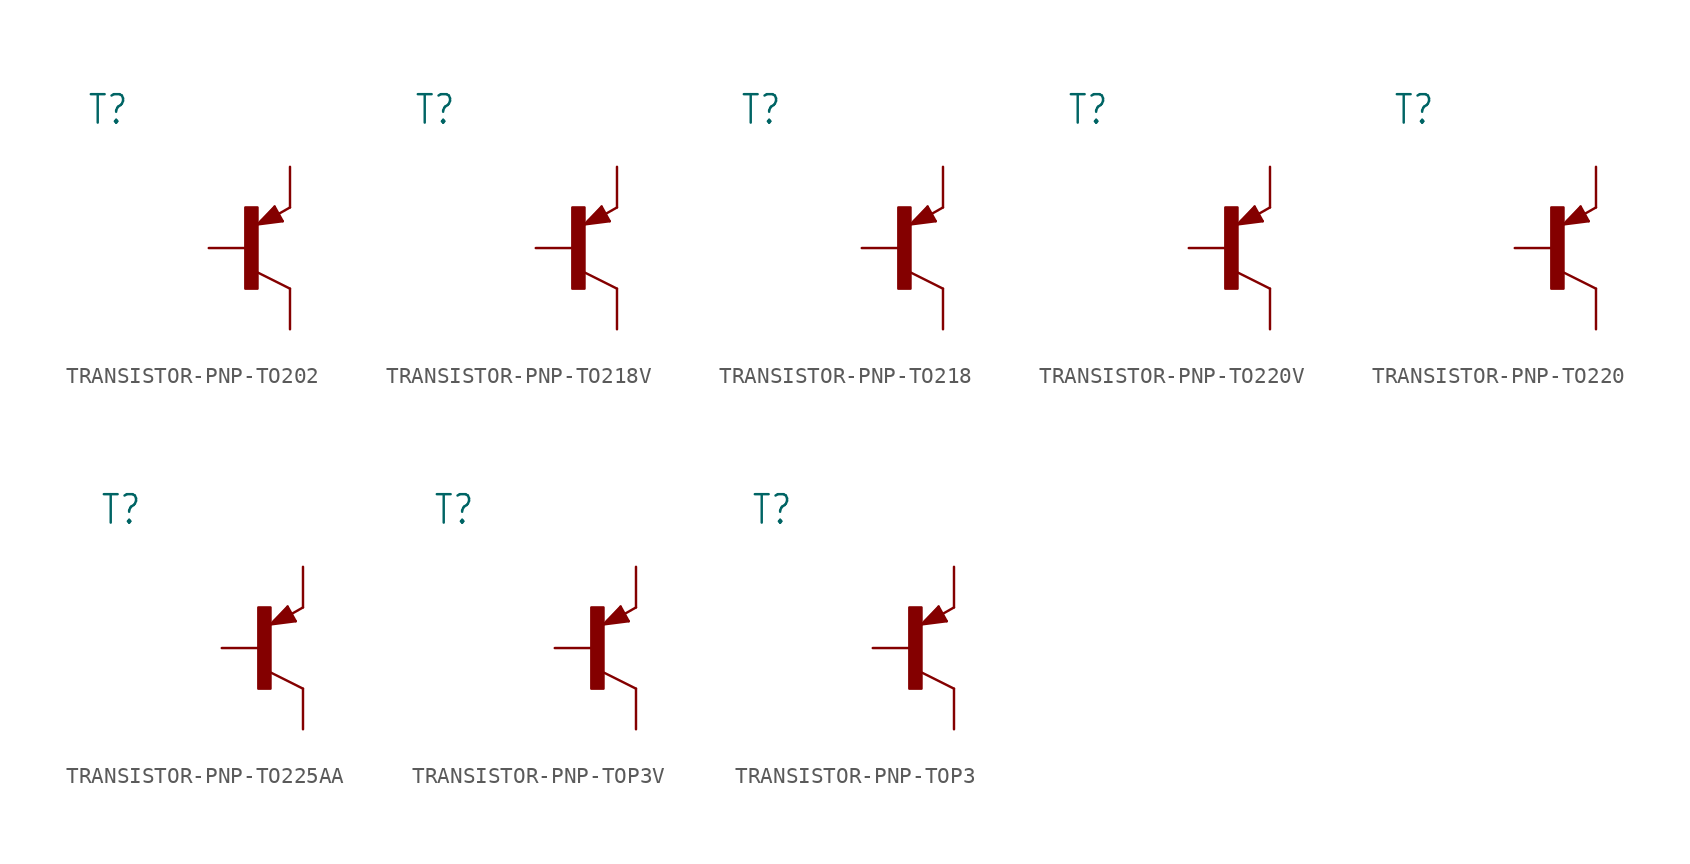
<source format=kicad_sym>
(kicad_symbol_lib
  (version 20231120)
  (generator "kicad_symbol_editor")
  (generator_version "8.0")
  (symbol "TRANSISTOR-PNP-TO202"
    (property "Reference" "T"
      (at -10.16 7.62 0)
      (effects (font (size 1.778 1.511)) (justify left bottom)))
    (property "Value" ""
      (at -10.16 5.08 0)
      (effects (font (size 1.778 1.511)) (justify left bottom)))
    (property "ki_locked" ""
      (at 0 0 0)
      (effects (font (size 1.27 1.27))))
    (symbol "TRANSISTOR-PNP-TO202_1_0"
      (rectangle (start -0.254 -2.54) (end 0.508 2.54) (stroke (width 0) (type default)) (fill (type outline)))
      (polyline (pts (xy 0.516 1.478) (xy 2.086 1.678)) (stroke (width 0.152) (type solid)) (fill (type none)))
      (polyline (pts (xy 0.762 1.651) (xy 1.778 1.778)) (stroke (width 0.254) (type solid)) (fill (type none)))
      (polyline (pts (xy 1.143 1.905) (xy 1.524 1.905)) (stroke (width 0.254) (type solid)) (fill (type none)))
      (polyline (pts (xy 1.524 2.159) (xy 1.143 1.905)) (stroke (width 0.254) (type solid)) (fill (type none)))
      (polyline (pts (xy 1.524 2.413) (xy 0.762 1.651)) (stroke (width 0.254) (type solid)) (fill (type none)))
      (polyline (pts (xy 1.578 2.594) (xy 0.516 1.478)) (stroke (width 0.152) (type solid)) (fill (type none)))
      (polyline (pts (xy 1.778 1.778) (xy 1.524 2.159)) (stroke (width 0.254) (type solid)) (fill (type none)))
      (polyline (pts (xy 1.905 1.778) (xy 1.524 2.413)) (stroke (width 0.254) (type solid)) (fill (type none)))
      (polyline (pts (xy 2.086 1.678) (xy 1.578 2.594)) (stroke (width 0.152) (type solid)) (fill (type none)))
      (polyline (pts (xy 2.54 -2.54) (xy 0.508 -1.524)) (stroke (width 0.152) (type solid)) (fill (type none)))
      (polyline (pts (xy 2.54 2.54) (xy 1.808 2.124)) (stroke (width 0.152) (type solid)) (fill (type none)))
      (pin passive line (at 2.54 5.08 270) (length 2.54) (name "E" (effects (font (size 0 0)))) (number "1" (effects (font (size 0 0)))))
      (pin passive line (at 2.54 -5.08 90) (length 2.54) (name "C" (effects (font (size 0 0)))) (number "2" (effects (font (size 0 0)))))
      (pin passive line (at -2.54 0 0) (length 2.54) (name "B" (effects (font (size 0 0)))) (number "3" (effects (font (size 0 0)))))))
  (symbol "TRANSISTOR-PNP-TO218V"
    (property "Reference" "T"
      (at -10.16 7.62 0)
      (effects (font (size 1.778 1.511)) (justify left bottom)))
    (property "Value" ""
      (at -10.16 5.08 0)
      (effects (font (size 1.778 1.511)) (justify left bottom)))
    (property "ki_locked" ""
      (at 0 0 0)
      (effects (font (size 1.27 1.27))))
    (symbol "TRANSISTOR-PNP-TO218V_1_0"
      (rectangle (start -0.254 -2.54) (end 0.508 2.54) (stroke (width 0) (type default)) (fill (type outline)))
      (polyline (pts (xy 0.516 1.478) (xy 2.086 1.678)) (stroke (width 0.152) (type solid)) (fill (type none)))
      (polyline (pts (xy 0.762 1.651) (xy 1.778 1.778)) (stroke (width 0.254) (type solid)) (fill (type none)))
      (polyline (pts (xy 1.143 1.905) (xy 1.524 1.905)) (stroke (width 0.254) (type solid)) (fill (type none)))
      (polyline (pts (xy 1.524 2.159) (xy 1.143 1.905)) (stroke (width 0.254) (type solid)) (fill (type none)))
      (polyline (pts (xy 1.524 2.413) (xy 0.762 1.651)) (stroke (width 0.254) (type solid)) (fill (type none)))
      (polyline (pts (xy 1.578 2.594) (xy 0.516 1.478)) (stroke (width 0.152) (type solid)) (fill (type none)))
      (polyline (pts (xy 1.778 1.778) (xy 1.524 2.159)) (stroke (width 0.254) (type solid)) (fill (type none)))
      (polyline (pts (xy 1.905 1.778) (xy 1.524 2.413)) (stroke (width 0.254) (type solid)) (fill (type none)))
      (polyline (pts (xy 2.086 1.678) (xy 1.578 2.594)) (stroke (width 0.152) (type solid)) (fill (type none)))
      (polyline (pts (xy 2.54 -2.54) (xy 0.508 -1.524)) (stroke (width 0.152) (type solid)) (fill (type none)))
      (polyline (pts (xy 2.54 2.54) (xy 1.808 2.124)) (stroke (width 0.152) (type solid)) (fill (type none)))
      (pin passive line (at -2.54 0 0) (length 2.54) (name "B" (effects (font (size 0 0)))) (number "1" (effects (font (size 0 0)))))
      (pin passive line (at 2.54 -5.08 90) (length 2.54) (name "C" (effects (font (size 0 0)))) (number "2" (effects (font (size 0 0)))))
      (pin passive line (at 2.54 5.08 270) (length 2.54) (name "E" (effects (font (size 0 0)))) (number "3" (effects (font (size 0 0)))))))
  (symbol "TRANSISTOR-PNP-TO218"
    (property "Reference" "T"
      (at -10.16 7.62 0)
      (effects (font (size 1.778 1.511)) (justify left bottom)))
    (property "Value" ""
      (at -10.16 5.08 0)
      (effects (font (size 1.778 1.511)) (justify left bottom)))
    (property "ki_locked" ""
      (at 0 0 0)
      (effects (font (size 1.27 1.27))))
    (symbol "TRANSISTOR-PNP-TO218_1_0"
      (rectangle (start -0.254 -2.54) (end 0.508 2.54) (stroke (width 0) (type default)) (fill (type outline)))
      (polyline (pts (xy 0.516 1.478) (xy 2.086 1.678)) (stroke (width 0.152) (type solid)) (fill (type none)))
      (polyline (pts (xy 0.762 1.651) (xy 1.778 1.778)) (stroke (width 0.254) (type solid)) (fill (type none)))
      (polyline (pts (xy 1.143 1.905) (xy 1.524 1.905)) (stroke (width 0.254) (type solid)) (fill (type none)))
      (polyline (pts (xy 1.524 2.159) (xy 1.143 1.905)) (stroke (width 0.254) (type solid)) (fill (type none)))
      (polyline (pts (xy 1.524 2.413) (xy 0.762 1.651)) (stroke (width 0.254) (type solid)) (fill (type none)))
      (polyline (pts (xy 1.578 2.594) (xy 0.516 1.478)) (stroke (width 0.152) (type solid)) (fill (type none)))
      (polyline (pts (xy 1.778 1.778) (xy 1.524 2.159)) (stroke (width 0.254) (type solid)) (fill (type none)))
      (polyline (pts (xy 1.905 1.778) (xy 1.524 2.413)) (stroke (width 0.254) (type solid)) (fill (type none)))
      (polyline (pts (xy 2.086 1.678) (xy 1.578 2.594)) (stroke (width 0.152) (type solid)) (fill (type none)))
      (polyline (pts (xy 2.54 -2.54) (xy 0.508 -1.524)) (stroke (width 0.152) (type solid)) (fill (type none)))
      (polyline (pts (xy 2.54 2.54) (xy 1.808 2.124)) (stroke (width 0.152) (type solid)) (fill (type none)))
      (pin passive line (at -2.54 0 0) (length 2.54) (name "B" (effects (font (size 0 0)))) (number "1" (effects (font (size 0 0)))))
      (pin passive line (at 2.54 -5.08 90) (length 2.54) (name "C" (effects (font (size 0 0)))) (number "2" (effects (font (size 0 0)))))
      (pin passive line (at 2.54 5.08 270) (length 2.54) (name "E" (effects (font (size 0 0)))) (number "3" (effects (font (size 0 0)))))))
  (symbol "TRANSISTOR-PNP-TO220V"
    (property "Reference" "T"
      (at -10.16 7.62 0)
      (effects (font (size 1.778 1.511)) (justify left bottom)))
    (property "Value" ""
      (at -10.16 5.08 0)
      (effects (font (size 1.778 1.511)) (justify left bottom)))
    (property "ki_locked" ""
      (at 0 0 0)
      (effects (font (size 1.27 1.27))))
    (symbol "TRANSISTOR-PNP-TO220V_1_0"
      (rectangle (start -0.254 -2.54) (end 0.508 2.54) (stroke (width 0) (type default)) (fill (type outline)))
      (polyline (pts (xy 0.516 1.478) (xy 2.086 1.678)) (stroke (width 0.152) (type solid)) (fill (type none)))
      (polyline (pts (xy 0.762 1.651) (xy 1.778 1.778)) (stroke (width 0.254) (type solid)) (fill (type none)))
      (polyline (pts (xy 1.143 1.905) (xy 1.524 1.905)) (stroke (width 0.254) (type solid)) (fill (type none)))
      (polyline (pts (xy 1.524 2.159) (xy 1.143 1.905)) (stroke (width 0.254) (type solid)) (fill (type none)))
      (polyline (pts (xy 1.524 2.413) (xy 0.762 1.651)) (stroke (width 0.254) (type solid)) (fill (type none)))
      (polyline (pts (xy 1.578 2.594) (xy 0.516 1.478)) (stroke (width 0.152) (type solid)) (fill (type none)))
      (polyline (pts (xy 1.778 1.778) (xy 1.524 2.159)) (stroke (width 0.254) (type solid)) (fill (type none)))
      (polyline (pts (xy 1.905 1.778) (xy 1.524 2.413)) (stroke (width 0.254) (type solid)) (fill (type none)))
      (polyline (pts (xy 2.086 1.678) (xy 1.578 2.594)) (stroke (width 0.152) (type solid)) (fill (type none)))
      (polyline (pts (xy 2.54 -2.54) (xy 0.508 -1.524)) (stroke (width 0.152) (type solid)) (fill (type none)))
      (polyline (pts (xy 2.54 2.54) (xy 1.808 2.124)) (stroke (width 0.152) (type solid)) (fill (type none)))
      (pin passive line (at -2.54 0 0) (length 2.54) (name "B" (effects (font (size 0 0)))) (number "1" (effects (font (size 0 0)))))
      (pin passive line (at 2.54 -5.08 90) (length 2.54) (name "C" (effects (font (size 0 0)))) (number "2" (effects (font (size 0 0)))))
      (pin passive line (at 2.54 5.08 270) (length 2.54) (name "E" (effects (font (size 0 0)))) (number "3" (effects (font (size 0 0)))))))
  (symbol "TRANSISTOR-PNP-TO220"
    (property "Reference" "T"
      (at -10.16 7.62 0)
      (effects (font (size 1.778 1.511)) (justify left bottom)))
    (property "Value" ""
      (at -10.16 5.08 0)
      (effects (font (size 1.778 1.511)) (justify left bottom)))
    (property "ki_locked" ""
      (at 0 0 0)
      (effects (font (size 1.27 1.27))))
    (symbol "TRANSISTOR-PNP-TO220_1_0"
      (rectangle (start -0.254 -2.54) (end 0.508 2.54) (stroke (width 0) (type default)) (fill (type outline)))
      (polyline (pts (xy 0.516 1.478) (xy 2.086 1.678)) (stroke (width 0.152) (type solid)) (fill (type none)))
      (polyline (pts (xy 0.762 1.651) (xy 1.778 1.778)) (stroke (width 0.254) (type solid)) (fill (type none)))
      (polyline (pts (xy 1.143 1.905) (xy 1.524 1.905)) (stroke (width 0.254) (type solid)) (fill (type none)))
      (polyline (pts (xy 1.524 2.159) (xy 1.143 1.905)) (stroke (width 0.254) (type solid)) (fill (type none)))
      (polyline (pts (xy 1.524 2.413) (xy 0.762 1.651)) (stroke (width 0.254) (type solid)) (fill (type none)))
      (polyline (pts (xy 1.578 2.594) (xy 0.516 1.478)) (stroke (width 0.152) (type solid)) (fill (type none)))
      (polyline (pts (xy 1.778 1.778) (xy 1.524 2.159)) (stroke (width 0.254) (type solid)) (fill (type none)))
      (polyline (pts (xy 1.905 1.778) (xy 1.524 2.413)) (stroke (width 0.254) (type solid)) (fill (type none)))
      (polyline (pts (xy 2.086 1.678) (xy 1.578 2.594)) (stroke (width 0.152) (type solid)) (fill (type none)))
      (polyline (pts (xy 2.54 -2.54) (xy 0.508 -1.524)) (stroke (width 0.152) (type solid)) (fill (type none)))
      (polyline (pts (xy 2.54 2.54) (xy 1.808 2.124)) (stroke (width 0.152) (type solid)) (fill (type none)))
      (pin passive line (at -2.54 0 0) (length 2.54) (name "B" (effects (font (size 0 0)))) (number "1" (effects (font (size 0 0)))))
      (pin passive line (at 2.54 -5.08 90) (length 2.54) (name "C" (effects (font (size 0 0)))) (number "2" (effects (font (size 0 0)))))
      (pin passive line (at 2.54 5.08 270) (length 2.54) (name "E" (effects (font (size 0 0)))) (number "3" (effects (font (size 0 0)))))))
  (symbol "TRANSISTOR-PNP-TO225AA"
    (property "Reference" "T"
      (at -10.16 7.62 0)
      (effects (font (size 1.778 1.511)) (justify left bottom)))
    (property "Value" ""
      (at -10.16 5.08 0)
      (effects (font (size 1.778 1.511)) (justify left bottom)))
    (property "ki_locked" ""
      (at 0 0 0)
      (effects (font (size 1.27 1.27))))
    (symbol "TRANSISTOR-PNP-TO225AA_1_0"
      (rectangle (start -0.254 -2.54) (end 0.508 2.54) (stroke (width 0) (type default)) (fill (type outline)))
      (polyline (pts (xy 0.516 1.478) (xy 2.086 1.678)) (stroke (width 0.152) (type solid)) (fill (type none)))
      (polyline (pts (xy 0.762 1.651) (xy 1.778 1.778)) (stroke (width 0.254) (type solid)) (fill (type none)))
      (polyline (pts (xy 1.143 1.905) (xy 1.524 1.905)) (stroke (width 0.254) (type solid)) (fill (type none)))
      (polyline (pts (xy 1.524 2.159) (xy 1.143 1.905)) (stroke (width 0.254) (type solid)) (fill (type none)))
      (polyline (pts (xy 1.524 2.413) (xy 0.762 1.651)) (stroke (width 0.254) (type solid)) (fill (type none)))
      (polyline (pts (xy 1.578 2.594) (xy 0.516 1.478)) (stroke (width 0.152) (type solid)) (fill (type none)))
      (polyline (pts (xy 1.778 1.778) (xy 1.524 2.159)) (stroke (width 0.254) (type solid)) (fill (type none)))
      (polyline (pts (xy 1.905 1.778) (xy 1.524 2.413)) (stroke (width 0.254) (type solid)) (fill (type none)))
      (polyline (pts (xy 2.086 1.678) (xy 1.578 2.594)) (stroke (width 0.152) (type solid)) (fill (type none)))
      (polyline (pts (xy 2.54 -2.54) (xy 0.508 -1.524)) (stroke (width 0.152) (type solid)) (fill (type none)))
      (polyline (pts (xy 2.54 2.54) (xy 1.808 2.124)) (stroke (width 0.152) (type solid)) (fill (type none)))
      (pin passive line (at -2.54 0 0) (length 2.54) (name "B" (effects (font (size 0 0)))) (number "1" (effects (font (size 0 0)))))
      (pin passive line (at 2.54 -5.08 90) (length 2.54) (name "C" (effects (font (size 0 0)))) (number "2" (effects (font (size 0 0)))))
      (pin passive line (at 2.54 5.08 270) (length 2.54) (name "E" (effects (font (size 0 0)))) (number "3" (effects (font (size 0 0)))))))
  (symbol "TRANSISTOR-PNP-TOP3V"
    (property "Reference" "T"
      (at -10.16 7.62 0)
      (effects (font (size 1.778 1.511)) (justify left bottom)))
    (property "Value" ""
      (at -10.16 5.08 0)
      (effects (font (size 1.778 1.511)) (justify left bottom)))
    (property "ki_locked" ""
      (at 0 0 0)
      (effects (font (size 1.27 1.27))))
    (symbol "TRANSISTOR-PNP-TOP3V_1_0"
      (rectangle (start -0.254 -2.54) (end 0.508 2.54) (stroke (width 0) (type default)) (fill (type outline)))
      (polyline (pts (xy 0.516 1.478) (xy 2.086 1.678)) (stroke (width 0.152) (type solid)) (fill (type none)))
      (polyline (pts (xy 0.762 1.651) (xy 1.778 1.778)) (stroke (width 0.254) (type solid)) (fill (type none)))
      (polyline (pts (xy 1.143 1.905) (xy 1.524 1.905)) (stroke (width 0.254) (type solid)) (fill (type none)))
      (polyline (pts (xy 1.524 2.159) (xy 1.143 1.905)) (stroke (width 0.254) (type solid)) (fill (type none)))
      (polyline (pts (xy 1.524 2.413) (xy 0.762 1.651)) (stroke (width 0.254) (type solid)) (fill (type none)))
      (polyline (pts (xy 1.578 2.594) (xy 0.516 1.478)) (stroke (width 0.152) (type solid)) (fill (type none)))
      (polyline (pts (xy 1.778 1.778) (xy 1.524 2.159)) (stroke (width 0.254) (type solid)) (fill (type none)))
      (polyline (pts (xy 1.905 1.778) (xy 1.524 2.413)) (stroke (width 0.254) (type solid)) (fill (type none)))
      (polyline (pts (xy 2.086 1.678) (xy 1.578 2.594)) (stroke (width 0.152) (type solid)) (fill (type none)))
      (polyline (pts (xy 2.54 -2.54) (xy 0.508 -1.524)) (stroke (width 0.152) (type solid)) (fill (type none)))
      (polyline (pts (xy 2.54 2.54) (xy 1.808 2.124)) (stroke (width 0.152) (type solid)) (fill (type none)))
      (pin passive line (at -2.54 0 0) (length 2.54) (name "B" (effects (font (size 0 0)))) (number "B" (effects (font (size 0 0)))))
      (pin passive line (at 2.54 -5.08 90) (length 2.54) (name "C" (effects (font (size 0 0)))) (number "C" (effects (font (size 0 0)))))
      (pin passive line (at 2.54 5.08 270) (length 2.54) (name "E" (effects (font (size 0 0)))) (number "E" (effects (font (size 0 0)))))))
  (symbol "TRANSISTOR-PNP-TOP3"
    (property "Reference" "T"
      (at -10.16 7.62 0)
      (effects (font (size 1.778 1.511)) (justify left bottom)))
    (property "Value" ""
      (at -10.16 5.08 0)
      (effects (font (size 1.778 1.511)) (justify left bottom)))
    (property "ki_locked" ""
      (at 0 0 0)
      (effects (font (size 1.27 1.27))))
    (symbol "TRANSISTOR-PNP-TOP3_1_0"
      (rectangle (start -0.254 -2.54) (end 0.508 2.54) (stroke (width 0) (type default)) (fill (type outline)))
      (polyline (pts (xy 0.516 1.478) (xy 2.086 1.678)) (stroke (width 0.152) (type solid)) (fill (type none)))
      (polyline (pts (xy 0.762 1.651) (xy 1.778 1.778)) (stroke (width 0.254) (type solid)) (fill (type none)))
      (polyline (pts (xy 1.143 1.905) (xy 1.524 1.905)) (stroke (width 0.254) (type solid)) (fill (type none)))
      (polyline (pts (xy 1.524 2.159) (xy 1.143 1.905)) (stroke (width 0.254) (type solid)) (fill (type none)))
      (polyline (pts (xy 1.524 2.413) (xy 0.762 1.651)) (stroke (width 0.254) (type solid)) (fill (type none)))
      (polyline (pts (xy 1.578 2.594) (xy 0.516 1.478)) (stroke (width 0.152) (type solid)) (fill (type none)))
      (polyline (pts (xy 1.778 1.778) (xy 1.524 2.159)) (stroke (width 0.254) (type solid)) (fill (type none)))
      (polyline (pts (xy 1.905 1.778) (xy 1.524 2.413)) (stroke (width 0.254) (type solid)) (fill (type none)))
      (polyline (pts (xy 2.086 1.678) (xy 1.578 2.594)) (stroke (width 0.152) (type solid)) (fill (type none)))
      (polyline (pts (xy 2.54 -2.54) (xy 0.508 -1.524)) (stroke (width 0.152) (type solid)) (fill (type none)))
      (polyline (pts (xy 2.54 2.54) (xy 1.808 2.124)) (stroke (width 0.152) (type solid)) (fill (type none)))
      (pin passive line (at -2.54 0 0) (length 2.54) (name "B" (effects (font (size 0 0)))) (number "1" (effects (font (size 0 0)))))
      (pin passive line (at 2.54 -5.08 90) (length 2.54) (name "C" (effects (font (size 0 0)))) (number "2" (effects (font (size 0 0)))))
      (pin passive line (at 2.54 5.08 270) (length 2.54) (name "E" (effects (font (size 0 0)))) (number "3" (effects (font (size 0 0))))))))
</source>
